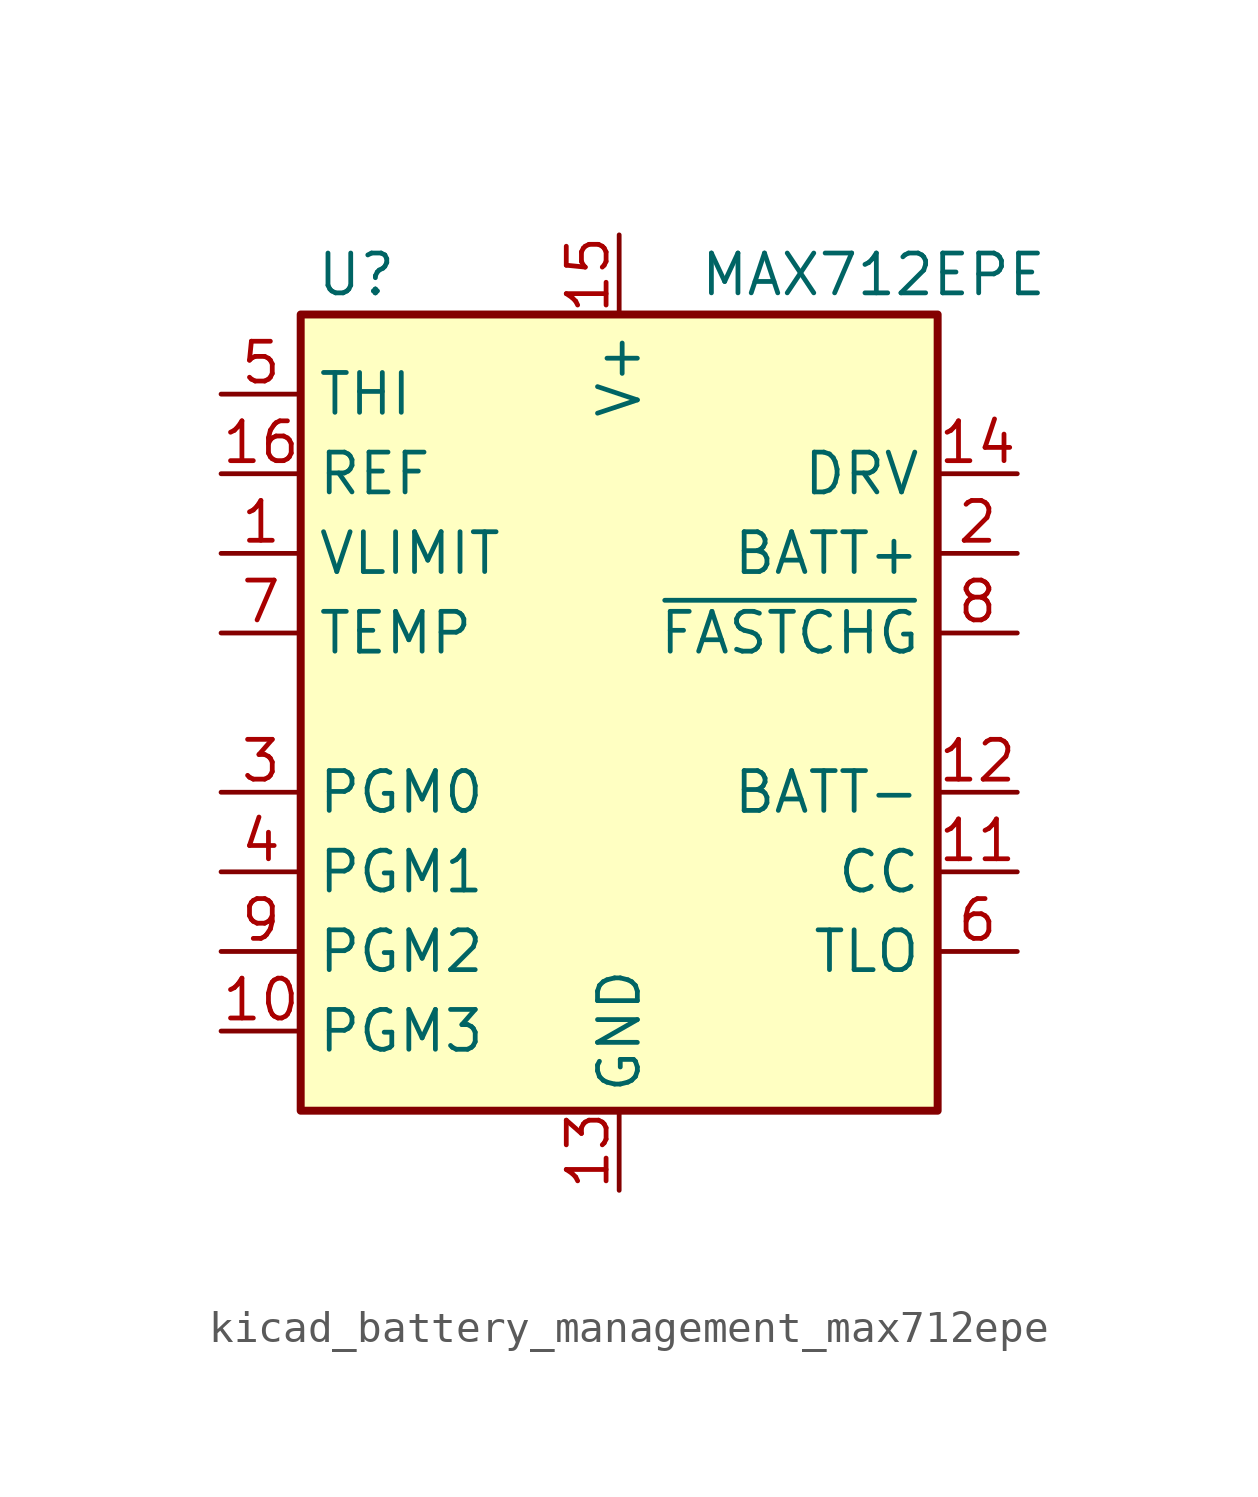
<source format=kicad_sym>
(kicad_symbol_lib
  (version 20220914)
  (generator kicad_symbol_editor)
  (symbol "kicad_battery_management_max712epe"
    (property "Reference" "U"
      (at -8.382 13.97 0)
      (effects (font (size 1.27 1.27))))
    (property "Value" "MAX712EPE"
      (at 2.54 13.97 0)
      (effects (font (size 1.27 1.27)) (justify left)))
    (symbol "kicad_battery_management_max712epe_0_1"
      (rectangle (start -10.16 12.7) (end 10.16 -12.7) (stroke (width 0.254) (type default)) (fill (type background))))
    (symbol "kicad_battery_management_max712epe_1_1"
      (pin input line (at -12.7 5.08 0) (length 2.54) (name "VLIMIT" (effects (font (size 1.27 1.27)))) (number "1" (effects (font (size 1.27 1.27)))))
      (pin input line (at -12.7 -10.16 0) (length 2.54) (name "PGM3" (effects (font (size 1.27 1.27)))) (number "10" (effects (font (size 1.27 1.27)))))
      (pin input line (at 12.7 -5.08 180) (length 2.54) (name "CC" (effects (font (size 1.27 1.27)))) (number "11" (effects (font (size 1.27 1.27)))))
      (pin input line (at 12.7 -2.54 180) (length 2.54) (name "BATT-" (effects (font (size 1.27 1.27)))) (number "12" (effects (font (size 1.27 1.27)))))
      (pin power_in line (at 0 -15.24 90) (length 2.54) (name "GND" (effects (font (size 1.27 1.27)))) (number "13" (effects (font (size 1.27 1.27)))))
      (pin output line (at 12.7 7.62 180) (length 2.54) (name "DRV" (effects (font (size 1.27 1.27)))) (number "14" (effects (font (size 1.27 1.27)))))
      (pin power_in line (at 0 15.24 270) (length 2.54) (name "V+" (effects (font (size 1.27 1.27)))) (number "15" (effects (font (size 1.27 1.27)))))
      (pin power_in line (at -12.7 7.62 0) (length 2.54) (name "REF" (effects (font (size 1.27 1.27)))) (number "16" (effects (font (size 1.27 1.27)))))
      (pin input line (at 12.7 5.08 180) (length 2.54) (name "BATT+" (effects (font (size 1.27 1.27)))) (number "2" (effects (font (size 1.27 1.27)))))
      (pin input line (at -12.7 -2.54 0) (length 2.54) (name "PGM0" (effects (font (size 1.27 1.27)))) (number "3" (effects (font (size 1.27 1.27)))))
      (pin input line (at -12.7 -5.08 0) (length 2.54) (name "PGM1" (effects (font (size 1.27 1.27)))) (number "4" (effects (font (size 1.27 1.27)))))
      (pin input line (at -12.7 10.16 0) (length 2.54) (name "THI" (effects (font (size 1.27 1.27)))) (number "5" (effects (font (size 1.27 1.27)))))
      (pin input line (at 12.7 -7.62 180) (length 2.54) (name "TLO" (effects (font (size 1.27 1.27)))) (number "6" (effects (font (size 1.27 1.27)))))
      (pin input line (at -12.7 2.54 0) (length 2.54) (name "TEMP" (effects (font (size 1.27 1.27)))) (number "7" (effects (font (size 1.27 1.27)))))
      (pin open_collector line (at 12.7 2.54 180) (length 2.54) (name "~{FASTCHG}" (effects (font (size 1.27 1.27)))) (number "8" (effects (font (size 1.27 1.27)))))
      (pin input line (at -12.7 -7.62 0) (length 2.54) (name "PGM2" (effects (font (size 1.27 1.27)))) (number "9" (effects (font (size 1.27 1.27))))))))
</source>
